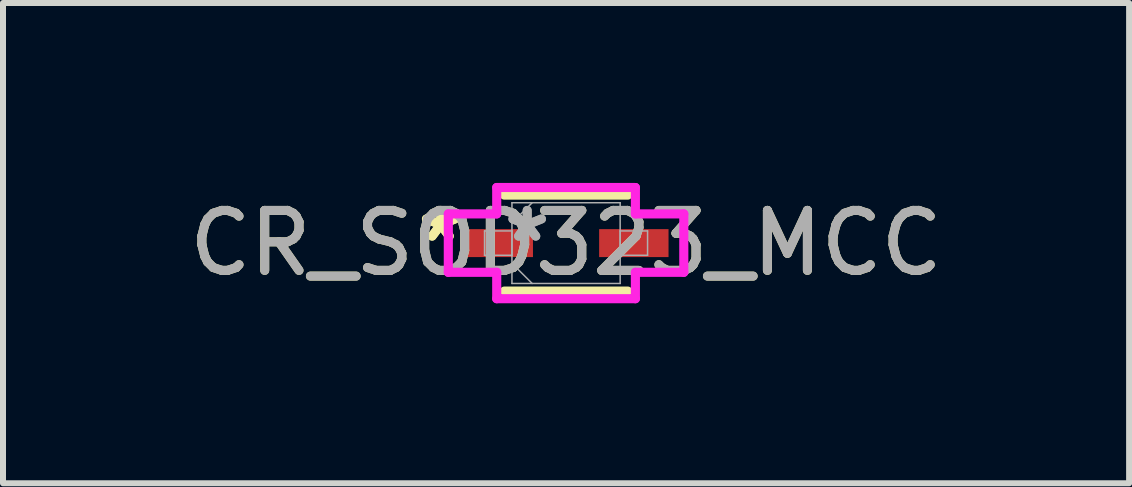
<source format=kicad_pcb>
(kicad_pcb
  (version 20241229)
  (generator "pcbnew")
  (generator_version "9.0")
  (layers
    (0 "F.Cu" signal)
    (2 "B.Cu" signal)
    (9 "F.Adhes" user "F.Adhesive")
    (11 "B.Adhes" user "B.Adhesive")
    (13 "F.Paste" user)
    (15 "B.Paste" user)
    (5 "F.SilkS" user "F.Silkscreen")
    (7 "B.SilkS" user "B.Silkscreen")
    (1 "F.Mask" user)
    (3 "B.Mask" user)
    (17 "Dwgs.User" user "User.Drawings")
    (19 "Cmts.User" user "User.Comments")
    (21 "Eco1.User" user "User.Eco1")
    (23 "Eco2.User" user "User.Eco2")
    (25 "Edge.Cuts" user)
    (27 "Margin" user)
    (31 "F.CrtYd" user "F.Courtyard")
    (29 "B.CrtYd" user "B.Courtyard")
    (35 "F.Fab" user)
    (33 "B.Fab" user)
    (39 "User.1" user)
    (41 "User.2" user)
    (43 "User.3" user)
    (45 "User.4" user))
  (footprint "CR_SOD323_MCC"
    (layer "F.Cu")
    (at 6.387 1.003)
    (property "Reference" "CR_SOD323_MCC" (at 0 0 0) (unlocked yes) (layer "F.SilkS") (effects (font (size 1 1) (thickness 0.15))))
    (attr smd)
    (fp_line (start -1.029 0.8) (end 1.029 0.8) (stroke (width 0.152) (type solid)) (layer "F.SilkS"))
    (fp_line (start 1.029 -0.8) (end -1.029 -0.8) (stroke (width 0.152) (type solid)) (layer "F.SilkS"))
    (fp_line (start -1.963 -0.487) (end -1.156 -0.487) (stroke (width 0.152) (type solid)) (layer "F.CrtYd"))
    (fp_line (start -1.963 0.487) (end -1.963 -0.487) (stroke (width 0.152) (type solid)) (layer "F.CrtYd"))
    (fp_line (start -1.156 -0.927) (end 1.156 -0.927) (stroke (width 0.152) (type solid)) (layer "F.CrtYd"))
    (fp_line (start -1.156 -0.487) (end -1.156 -0.927) (stroke (width 0.152) (type solid)) (layer "F.CrtYd"))
    (fp_line (start -1.156 0.487) (end -1.963 0.487) (stroke (width 0.152) (type solid)) (layer "F.CrtYd"))
    (fp_line (start -1.156 0.927) (end -1.156 0.487) (stroke (width 0.152) (type solid)) (layer "F.CrtYd"))
    (fp_line (start 1.156 -0.927) (end 1.156 -0.487) (stroke (width 0.152) (type solid)) (layer "F.CrtYd"))
    (fp_line (start 1.156 -0.487) (end 1.963 -0.487) (stroke (width 0.152) (type solid)) (layer "F.CrtYd"))
    (fp_line (start 1.156 0.487) (end 1.156 0.927) (stroke (width 0.152) (type solid)) (layer "F.CrtYd"))
    (fp_line (start 1.156 0.927) (end -1.156 0.927) (stroke (width 0.152) (type solid)) (layer "F.CrtYd"))
    (fp_line (start 1.963 -0.487) (end 1.963 0.487) (stroke (width 0.152) (type solid)) (layer "F.CrtYd"))
    (fp_line (start 1.963 0.487) (end 1.156 0.487) (stroke (width 0.152) (type solid)) (layer "F.CrtYd"))
    (fp_line (start -1.359 -0.203) (end -1.359 0.203) (stroke (width 0.025) (type solid)) (layer "F.Fab"))
    (fp_line (start -1.359 0.203) (end -0.902 0.203) (stroke (width 0.025) (type solid)) (layer "F.Fab"))
    (fp_line (start -0.902 -0.673) (end -0.902 0.673) (stroke (width 0.025) (type solid)) (layer "F.Fab"))
    (fp_line (start -0.902 -0.337) (end -0.565 -0.673) (stroke (width 0.025) (type solid)) (layer "F.Fab"))
    (fp_line (start -0.902 -0.203) (end -1.359 -0.203) (stroke (width 0.025) (type solid)) (layer "F.Fab"))
    (fp_line (start -0.902 0.203) (end -0.902 -0.203) (stroke (width 0.025) (type solid)) (layer "F.Fab"))
    (fp_line (start -0.902 0.337) (end -0.565 0.673) (stroke (width 0.025) (type solid)) (layer "F.Fab"))
    (fp_line (start -0.902 0.673) (end 0.902 0.673) (stroke (width 0.025) (type solid)) (layer "F.Fab"))
    (fp_line (start 0.902 -0.673) (end -0.902 -0.673) (stroke (width 0.025) (type solid)) (layer "F.Fab"))
    (fp_line (start 0.902 -0.203) (end 0.902 0.203) (stroke (width 0.025) (type solid)) (layer "F.Fab"))
    (fp_line (start 0.902 0.203) (end 1.359 0.203) (stroke (width 0.025) (type solid)) (layer "F.Fab"))
    (fp_line (start 0.902 0.673) (end 0.902 -0.673) (stroke (width 0.025) (type solid)) (layer "F.Fab"))
    (fp_line (start 1.359 -0.203) (end 0.902 -0.203) (stroke (width 0.025) (type solid)) (layer "F.Fab"))
    (fp_line (start 1.359 0.203) (end 1.359 -0.203) (stroke (width 0.025) (type solid)) (layer "F.Fab"))
    (fp_text user "*" (at -2.09 0 0) (unlocked yes) (layer "F.SilkS") (effects (font (size 1 1) (thickness 0.15))))
    (fp_text user "*" (at -2.09 0 0) (layer "F.SilkS") (effects (font (size 1 1) (thickness 0.15))))
    (fp_text user "${REFERENCE}" (at 0 0 0) (unlocked yes) (layer "F.Fab") (effects (font (size 1 1) (thickness 0.15))))
    (fp_text user "*" (at -0.648 0 0) (layer "F.Fab") (effects (font (size 1 1) (thickness 0.15))))
    (fp_text user "*" (at -0.648 0 0) (unlocked yes) (layer "F.Fab") (effects (font (size 1 1) (thickness 0.15))))
    (pad "1" smd rect (at -1.13 0) (size 1.157 0.466) (layers "F.Cu" "F.Mask" "F.Paste"))
    (pad "2" smd rect (at 1.13 0) (size 1.157 0.466) (layers "F.Cu" "F.Mask" "F.Paste")))
  (gr_rect
    (start -3 -3)
    (end 15.774 5.007)
    (stroke (width 0.1) (type default))
    (fill no)
    (layer "Edge.Cuts")))
</source>
